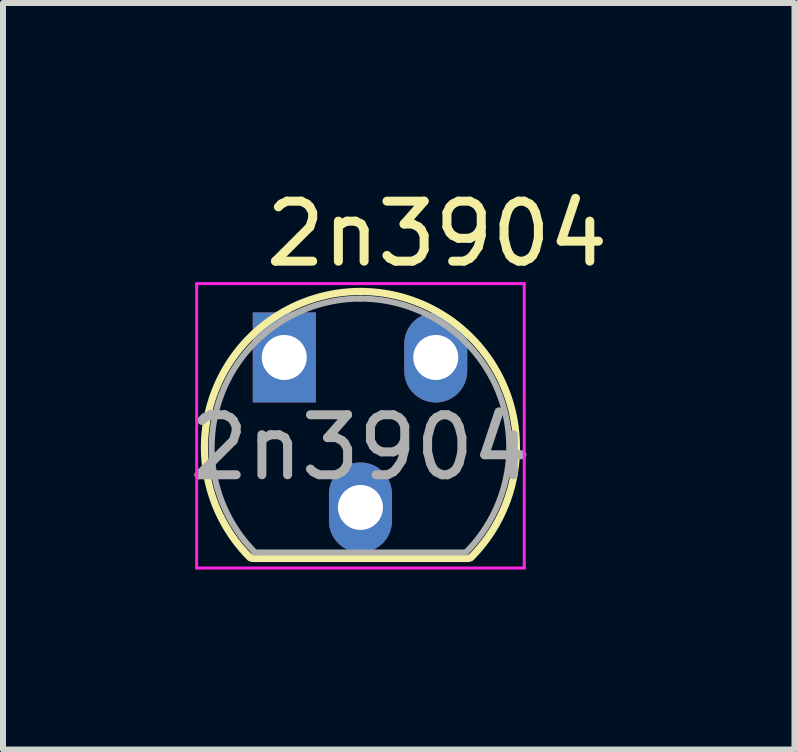
<source format=kicad_pcb>
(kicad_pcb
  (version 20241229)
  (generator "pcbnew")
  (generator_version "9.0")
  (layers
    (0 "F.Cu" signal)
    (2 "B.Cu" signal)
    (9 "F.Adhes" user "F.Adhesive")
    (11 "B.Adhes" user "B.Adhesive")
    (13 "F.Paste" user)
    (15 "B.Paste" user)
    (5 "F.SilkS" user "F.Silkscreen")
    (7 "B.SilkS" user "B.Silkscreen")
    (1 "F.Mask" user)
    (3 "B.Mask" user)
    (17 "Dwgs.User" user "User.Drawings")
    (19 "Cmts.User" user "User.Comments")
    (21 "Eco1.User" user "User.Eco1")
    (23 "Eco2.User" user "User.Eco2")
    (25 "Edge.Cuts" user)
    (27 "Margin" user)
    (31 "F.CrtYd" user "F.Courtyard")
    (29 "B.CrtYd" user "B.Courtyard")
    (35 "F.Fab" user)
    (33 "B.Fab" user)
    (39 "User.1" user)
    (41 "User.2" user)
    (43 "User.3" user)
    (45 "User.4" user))
  (footprint "2n3904"
    (layer "F.Cu")
    (at 2.963 4.408)
    (property "Reference" "2n3904" (at 1.27 -3.56 0) (layer "F.SilkS") (effects (font (size 1 1) (thickness 0.15))))
    (attr through_hole)
    (fp_line (start -1.805 1.85) (end 1.795 1.85) (stroke (width 0.12) (type solid)) (layer "F.SilkS"))
    (fp_arc (start -1.843478 1.838478) (mid -2.407087 -0.994977) (end -0.005 -2.6) (stroke (width 0.12) (type solid)) (layer "F.SilkS"))
    (fp_arc (start -0.005 -2.6) (mid 2.397087 -0.994977) (end 1.833478 1.838478) (stroke (width 0.12) (type solid)) (layer "F.SilkS"))
    (fp_line (start -2.735 -2.73) (end -2.735 2.01) (stroke (width 0.05) (type solid)) (layer "F.CrtYd"))
    (fp_line (start -2.735 -2.73) (end 2.725 -2.73) (stroke (width 0.05) (type solid)) (layer "F.CrtYd"))
    (fp_line (start 2.725 2.01) (end -2.735 2.01) (stroke (width 0.05) (type solid)) (layer "F.CrtYd"))
    (fp_line (start 2.725 2.01) (end 2.725 -2.73) (stroke (width 0.05) (type solid)) (layer "F.CrtYd"))
    (fp_line (start -1.775 1.75) (end 1.725 1.75) (stroke (width 0.1) (type solid)) (layer "F.Fab"))
    (fp_arc (start -1.758625 1.753625) (mid -2.296221 -0.949055) (end -0.005 -2.48) (stroke (width 0.1) (type solid)) (layer "F.Fab"))
    (fp_arc (start -0.005 -2.48) (mid 2.286221 -0.949055) (end 1.748625 1.753625) (stroke (width 0.1) (type solid)) (layer "F.Fab"))
    (fp_text user "${REFERENCE}" (at -0.005 0 0) (layer "F.Fab") (effects (font (size 1 1) (thickness 0.15))))
    (pad "1" thru_hole rect (at -1.275 -1.5) (size 1.05 1.5) (drill 0.75) (layers "*.Cu" "*.Mask"))
    (pad "2" thru_hole oval (at -0.005 1) (size 1.05 1.5) (drill 0.75) (layers "*.Cu" "*.Mask"))
    (pad "3" thru_hole oval (at 1.25 -1.5) (size 1.05 1.5) (drill 0.75) (layers "*.Cu" "*.Mask")))
  (gr_rect
    (start -3 -3)
    (end 10.192 9.443)
    (stroke (width 0.1) (type default))
    (fill no)
    (layer "Edge.Cuts")))
</source>
